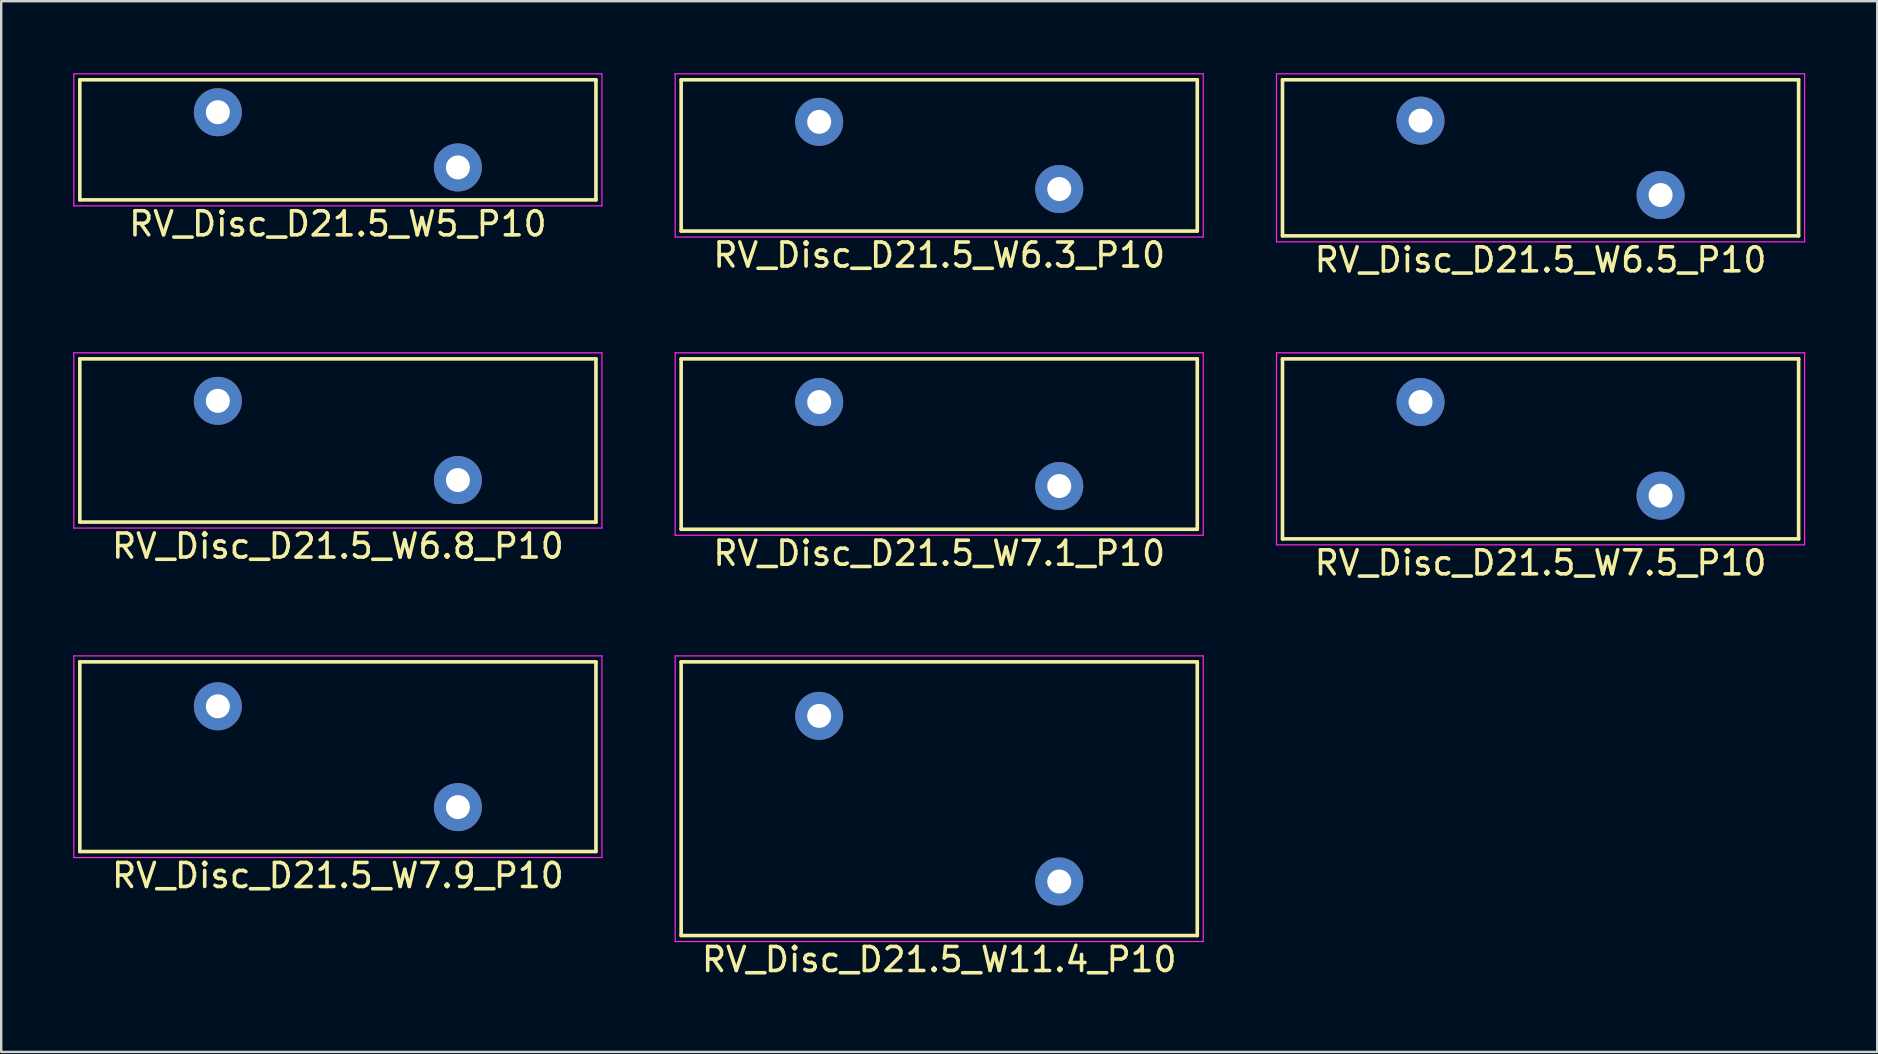
<source format=kicad_pcb>
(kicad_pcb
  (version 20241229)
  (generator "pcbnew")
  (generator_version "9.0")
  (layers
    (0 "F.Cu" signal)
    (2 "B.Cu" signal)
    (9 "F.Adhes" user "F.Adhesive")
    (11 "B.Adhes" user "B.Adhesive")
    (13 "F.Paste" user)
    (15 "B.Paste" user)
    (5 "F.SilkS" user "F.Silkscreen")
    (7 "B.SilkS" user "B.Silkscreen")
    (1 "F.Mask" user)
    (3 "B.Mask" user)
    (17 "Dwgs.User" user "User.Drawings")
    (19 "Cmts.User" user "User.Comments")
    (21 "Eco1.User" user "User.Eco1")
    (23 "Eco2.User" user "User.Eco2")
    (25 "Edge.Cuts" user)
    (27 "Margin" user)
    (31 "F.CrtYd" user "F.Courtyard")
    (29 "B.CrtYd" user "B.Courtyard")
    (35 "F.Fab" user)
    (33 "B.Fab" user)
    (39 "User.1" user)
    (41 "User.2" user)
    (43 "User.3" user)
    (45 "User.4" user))
  (footprint "RV_Disc_D21.5_W7.1_P10"
    (layer "F.Cu")
    (at 31.075 13.698)
    (property "Reference" "RV_Disc_D21.5_W7.1_P10" (at 5 6.3 0) (layer "F.SilkS") (effects (font (size 1 1) (thickness 0.15))))
    (attr through_hole)
    (fp_line (start -5.75 -1.8) (end -5.75 5.3) (stroke (width 0.15) (type solid)) (layer "F.SilkS"))
    (fp_line (start -5.75 -1.8) (end 15.75 -1.8) (stroke (width 0.15) (type solid)) (layer "F.SilkS"))
    (fp_line (start -5.75 5.3) (end 15.75 5.3) (stroke (width 0.15) (type solid)) (layer "F.SilkS"))
    (fp_line (start 15.75 -1.8) (end 15.75 5.3) (stroke (width 0.15) (type solid)) (layer "F.SilkS"))
    (fp_line (start -6 -2.05) (end -6 5.55) (stroke (width 0.05) (type solid)) (layer "F.CrtYd"))
    (fp_line (start -6 -2.05) (end 16 -2.05) (stroke (width 0.05) (type solid)) (layer "F.CrtYd"))
    (fp_line (start -6 5.55) (end 16 5.55) (stroke (width 0.05) (type solid)) (layer "F.CrtYd"))
    (fp_line (start 16 -2.05) (end 16 5.55) (stroke (width 0.05) (type solid)) (layer "F.CrtYd"))
    (pad "1" thru_hole circle (at 0 0) (size 2 2) (drill 1) (layers "*.Cu" "*.Mask"))
    (pad "2" thru_hole circle (at 10 3.5) (size 2 2) (drill 1) (layers "*.Cu" "*.Mask")))
  (footprint "RV_Disc_D21.5_W11.4_P10"
    (layer "F.Cu")
    (at 31.075 26.771)
    (property "Reference" "RV_Disc_D21.5_W11.4_P10" (at 5 10.15 0) (layer "F.SilkS") (effects (font (size 1 1) (thickness 0.15))))
    (attr through_hole)
    (fp_line (start -5.75 -2.25) (end -5.75 9.15) (stroke (width 0.15) (type solid)) (layer "F.SilkS"))
    (fp_line (start -5.75 -2.25) (end 15.75 -2.25) (stroke (width 0.15) (type solid)) (layer "F.SilkS"))
    (fp_line (start -5.75 9.15) (end 15.75 9.15) (stroke (width 0.15) (type solid)) (layer "F.SilkS"))
    (fp_line (start 15.75 -2.25) (end 15.75 9.15) (stroke (width 0.15) (type solid)) (layer "F.SilkS"))
    (fp_line (start -6 -2.5) (end -6 9.4) (stroke (width 0.05) (type solid)) (layer "F.CrtYd"))
    (fp_line (start -6 -2.5) (end 16 -2.5) (stroke (width 0.05) (type solid)) (layer "F.CrtYd"))
    (fp_line (start -6 9.4) (end 16 9.4) (stroke (width 0.05) (type solid)) (layer "F.CrtYd"))
    (fp_line (start 16 -2.5) (end 16 9.4) (stroke (width 0.05) (type solid)) (layer "F.CrtYd"))
    (pad "1" thru_hole circle (at 0 0) (size 2 2) (drill 1) (layers "*.Cu" "*.Mask"))
    (pad "2" thru_hole circle (at 10 6.9) (size 2 2) (drill 1) (layers "*.Cu" "*.Mask")))
  (footprint "RV_Disc_D21.5_W5_P10"
    (layer "F.Cu")
    (at 6.025 1.625)
    (property "Reference" "RV_Disc_D21.5_W5_P10" (at 5 4.65 0) (layer "F.SilkS") (effects (font (size 1 1) (thickness 0.15))))
    (attr through_hole)
    (fp_line (start -5.75 -1.35) (end -5.75 3.65) (stroke (width 0.15) (type solid)) (layer "F.SilkS"))
    (fp_line (start -5.75 -1.35) (end 15.75 -1.35) (stroke (width 0.15) (type solid)) (layer "F.SilkS"))
    (fp_line (start -5.75 3.65) (end 15.75 3.65) (stroke (width 0.15) (type solid)) (layer "F.SilkS"))
    (fp_line (start 15.75 -1.35) (end 15.75 3.65) (stroke (width 0.15) (type solid)) (layer "F.SilkS"))
    (fp_line (start -6 -1.6) (end -6 3.9) (stroke (width 0.05) (type solid)) (layer "F.CrtYd"))
    (fp_line (start -6 -1.6) (end 16 -1.6) (stroke (width 0.05) (type solid)) (layer "F.CrtYd"))
    (fp_line (start -6 3.9) (end 16 3.9) (stroke (width 0.05) (type solid)) (layer "F.CrtYd"))
    (fp_line (start 16 -1.6) (end 16 3.9) (stroke (width 0.05) (type solid)) (layer "F.CrtYd"))
    (pad "1" thru_hole circle (at 0 0) (size 2 2) (drill 1) (layers "*.Cu" "*.Mask"))
    (pad "2" thru_hole circle (at 10 2.3) (size 2 2) (drill 1) (layers "*.Cu" "*.Mask")))
  (footprint "RV_Disc_D21.5_W7.5_P10"
    (layer "F.Cu")
    (at 56.125 13.698)
    (property "Reference" "RV_Disc_D21.5_W7.5_P10" (at 5 6.7 0) (layer "F.SilkS") (effects (font (size 1 1) (thickness 0.15))))
    (attr through_hole)
    (fp_line (start -5.75 -1.8) (end -5.75 5.7) (stroke (width 0.15) (type solid)) (layer "F.SilkS"))
    (fp_line (start -5.75 -1.8) (end 15.75 -1.8) (stroke (width 0.15) (type solid)) (layer "F.SilkS"))
    (fp_line (start -5.75 5.7) (end 15.75 5.7) (stroke (width 0.15) (type solid)) (layer "F.SilkS"))
    (fp_line (start 15.75 -1.8) (end 15.75 5.7) (stroke (width 0.15) (type solid)) (layer "F.SilkS"))
    (fp_line (start -6 -2.05) (end -6 5.95) (stroke (width 0.05) (type solid)) (layer "F.CrtYd"))
    (fp_line (start -6 -2.05) (end 16 -2.05) (stroke (width 0.05) (type solid)) (layer "F.CrtYd"))
    (fp_line (start -6 5.95) (end 16 5.95) (stroke (width 0.05) (type solid)) (layer "F.CrtYd"))
    (fp_line (start 16 -2.05) (end 16 5.95) (stroke (width 0.05) (type solid)) (layer "F.CrtYd"))
    (pad "1" thru_hole circle (at 0 0) (size 2 2) (drill 1) (layers "*.Cu" "*.Mask"))
    (pad "2" thru_hole circle (at 10 3.9) (size 2 2) (drill 1) (layers "*.Cu" "*.Mask")))
  (footprint "RV_Disc_D21.5_W6.8_P10"
    (layer "F.Cu")
    (at 6.025 13.648)
    (property "Reference" "RV_Disc_D21.5_W6.8_P10" (at 5 6.05 0) (layer "F.SilkS") (effects (font (size 1 1) (thickness 0.15))))
    (attr through_hole)
    (fp_line (start -5.75 -1.75) (end -5.75 5.05) (stroke (width 0.15) (type solid)) (layer "F.SilkS"))
    (fp_line (start -5.75 -1.75) (end 15.75 -1.75) (stroke (width 0.15) (type solid)) (layer "F.SilkS"))
    (fp_line (start -5.75 5.05) (end 15.75 5.05) (stroke (width 0.15) (type solid)) (layer "F.SilkS"))
    (fp_line (start 15.75 -1.75) (end 15.75 5.05) (stroke (width 0.15) (type solid)) (layer "F.SilkS"))
    (fp_line (start -6 -2) (end -6 5.3) (stroke (width 0.05) (type solid)) (layer "F.CrtYd"))
    (fp_line (start -6 -2) (end 16 -2) (stroke (width 0.05) (type solid)) (layer "F.CrtYd"))
    (fp_line (start -6 5.3) (end 16 5.3) (stroke (width 0.05) (type solid)) (layer "F.CrtYd"))
    (fp_line (start 16 -2) (end 16 5.3) (stroke (width 0.05) (type solid)) (layer "F.CrtYd"))
    (pad "1" thru_hole circle (at 0 0) (size 2 2) (drill 1) (layers "*.Cu" "*.Mask"))
    (pad "2" thru_hole circle (at 10 3.3) (size 2 2) (drill 1) (layers "*.Cu" "*.Mask")))
  (footprint "RV_Disc_D21.5_W6.3_P10"
    (layer "F.Cu")
    (at 31.075 2.025)
    (property "Reference" "RV_Disc_D21.5_W6.3_P10" (at 5 5.55 0) (layer "F.SilkS") (effects (font (size 1 1) (thickness 0.15))))
    (attr through_hole)
    (fp_line (start -5.75 -1.75) (end -5.75 4.55) (stroke (width 0.15) (type solid)) (layer "F.SilkS"))
    (fp_line (start -5.75 -1.75) (end 15.75 -1.75) (stroke (width 0.15) (type solid)) (layer "F.SilkS"))
    (fp_line (start -5.75 4.55) (end 15.75 4.55) (stroke (width 0.15) (type solid)) (layer "F.SilkS"))
    (fp_line (start 15.75 -1.75) (end 15.75 4.55) (stroke (width 0.15) (type solid)) (layer "F.SilkS"))
    (fp_line (start -6 -2) (end -6 4.8) (stroke (width 0.05) (type solid)) (layer "F.CrtYd"))
    (fp_line (start -6 -2) (end 16 -2) (stroke (width 0.05) (type solid)) (layer "F.CrtYd"))
    (fp_line (start -6 4.8) (end 16 4.8) (stroke (width 0.05) (type solid)) (layer "F.CrtYd"))
    (fp_line (start 16 -2) (end 16 4.8) (stroke (width 0.05) (type solid)) (layer "F.CrtYd"))
    (pad "1" thru_hole circle (at 0 0) (size 2 2) (drill 1) (layers "*.Cu" "*.Mask"))
    (pad "2" thru_hole circle (at 10 2.8) (size 2 2) (drill 1) (layers "*.Cu" "*.Mask")))
  (footprint "RV_Disc_D21.5_W6.5_P10"
    (layer "F.Cu")
    (at 56.125 1.975)
    (property "Reference" "RV_Disc_D21.5_W6.5_P10" (at 5 5.8 0) (layer "F.SilkS") (effects (font (size 1 1) (thickness 0.15))))
    (attr through_hole)
    (fp_line (start -5.75 -1.7) (end -5.75 4.8) (stroke (width 0.15) (type solid)) (layer "F.SilkS"))
    (fp_line (start -5.75 -1.7) (end 15.75 -1.7) (stroke (width 0.15) (type solid)) (layer "F.SilkS"))
    (fp_line (start -5.75 4.8) (end 15.75 4.8) (stroke (width 0.15) (type solid)) (layer "F.SilkS"))
    (fp_line (start 15.75 -1.7) (end 15.75 4.8) (stroke (width 0.15) (type solid)) (layer "F.SilkS"))
    (fp_line (start -6 -1.95) (end -6 5.05) (stroke (width 0.05) (type solid)) (layer "F.CrtYd"))
    (fp_line (start -6 -1.95) (end 16 -1.95) (stroke (width 0.05) (type solid)) (layer "F.CrtYd"))
    (fp_line (start -6 5.05) (end 16 5.05) (stroke (width 0.05) (type solid)) (layer "F.CrtYd"))
    (fp_line (start 16 -1.95) (end 16 5.05) (stroke (width 0.05) (type solid)) (layer "F.CrtYd"))
    (pad "1" thru_hole circle (at 0 0) (size 2 2) (drill 1) (layers "*.Cu" "*.Mask"))
    (pad "2" thru_hole circle (at 10 3.1) (size 2 2) (drill 1) (layers "*.Cu" "*.Mask")))
  (footprint "RV_Disc_D21.5_W7.9_P10"
    (layer "F.Cu")
    (at 6.025 26.372)
    (property "Reference" "RV_Disc_D21.5_W7.9_P10" (at 5 7.05 0) (layer "F.SilkS") (effects (font (size 1 1) (thickness 0.15))))
    (attr through_hole)
    (fp_line (start -5.75 -1.85) (end -5.75 6.05) (stroke (width 0.15) (type solid)) (layer "F.SilkS"))
    (fp_line (start -5.75 -1.85) (end 15.75 -1.85) (stroke (width 0.15) (type solid)) (layer "F.SilkS"))
    (fp_line (start -5.75 6.05) (end 15.75 6.05) (stroke (width 0.15) (type solid)) (layer "F.SilkS"))
    (fp_line (start 15.75 -1.85) (end 15.75 6.05) (stroke (width 0.15) (type solid)) (layer "F.SilkS"))
    (fp_line (start -6 -2.1) (end -6 6.3) (stroke (width 0.05) (type solid)) (layer "F.CrtYd"))
    (fp_line (start -6 -2.1) (end 16 -2.1) (stroke (width 0.05) (type solid)) (layer "F.CrtYd"))
    (fp_line (start -6 6.3) (end 16 6.3) (stroke (width 0.05) (type solid)) (layer "F.CrtYd"))
    (fp_line (start 16 -2.1) (end 16 6.3) (stroke (width 0.05) (type solid)) (layer "F.CrtYd"))
    (pad "1" thru_hole circle (at 0 0) (size 2 2) (drill 1) (layers "*.Cu" "*.Mask"))
    (pad "2" thru_hole circle (at 10 4.2) (size 2 2) (drill 1) (layers "*.Cu" "*.Mask")))
  (gr_rect
    (start -3 -3)
    (end 75.15 40.77)
    (stroke (width 0.1) (type default))
    (fill no)
    (layer "Edge.Cuts")))
</source>
